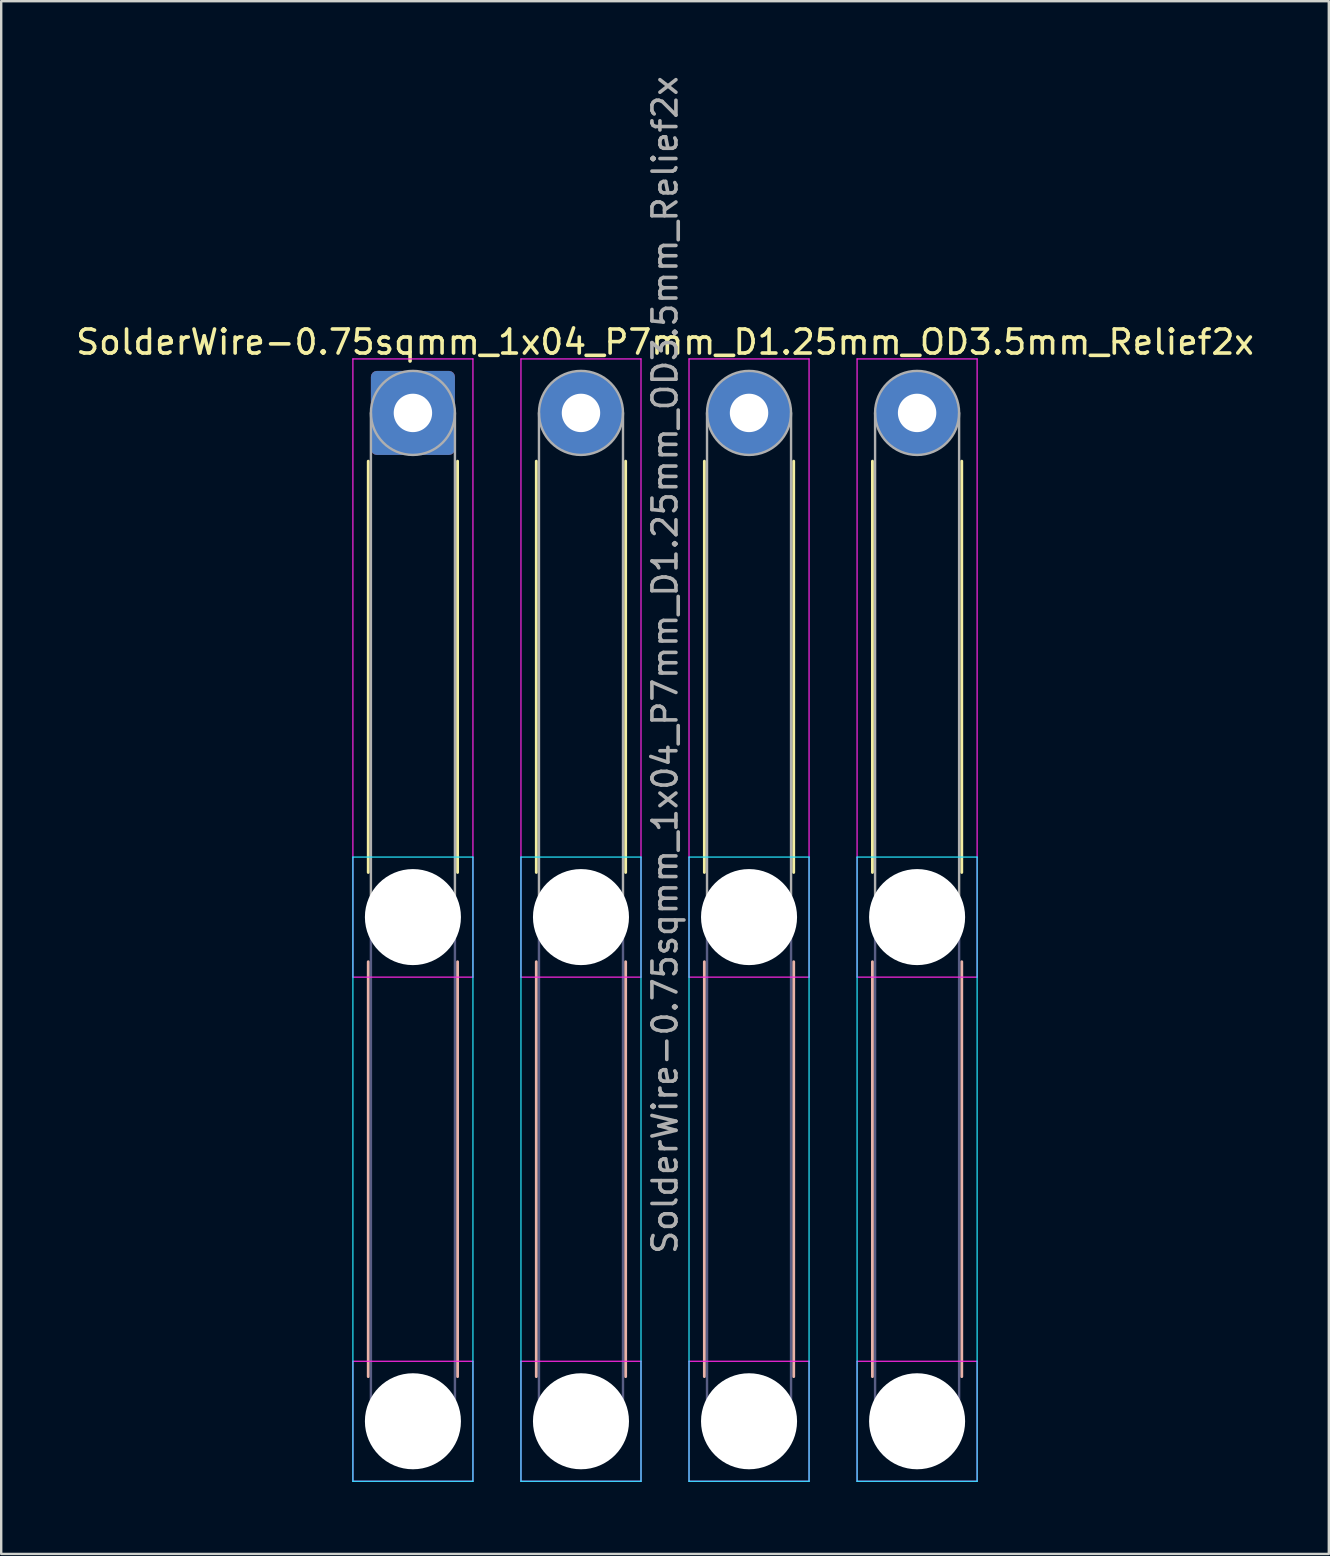
<source format=kicad_pcb>
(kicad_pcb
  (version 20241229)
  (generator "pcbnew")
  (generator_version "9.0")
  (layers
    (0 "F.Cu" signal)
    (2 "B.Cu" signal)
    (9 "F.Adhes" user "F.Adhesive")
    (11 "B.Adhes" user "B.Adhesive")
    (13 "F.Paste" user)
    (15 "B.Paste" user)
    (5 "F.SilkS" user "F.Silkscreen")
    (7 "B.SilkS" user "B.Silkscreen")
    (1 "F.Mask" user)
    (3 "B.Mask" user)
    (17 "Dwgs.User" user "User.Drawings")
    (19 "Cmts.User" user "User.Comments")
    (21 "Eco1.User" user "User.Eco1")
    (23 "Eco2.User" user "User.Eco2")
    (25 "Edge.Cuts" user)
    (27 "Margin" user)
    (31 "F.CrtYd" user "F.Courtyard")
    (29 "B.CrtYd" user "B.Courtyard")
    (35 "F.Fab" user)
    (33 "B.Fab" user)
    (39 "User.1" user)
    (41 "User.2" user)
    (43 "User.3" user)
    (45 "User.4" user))
  (footprint "SolderWire-0.75sqmm_1x04_P7mm_D1.25mm_OD3.5mm_Relief2x"
    (layer "F.Cu")
    (at 14.149 14.149)
    (property "Reference" "SolderWire-0.75sqmm_1x04_P7mm_D1.25mm_OD3.5mm_Relief2x" (at 10.5 -2.95 0) (layer "F.SilkS") (effects (font (size 1 1) (thickness 0.15))))
    (attr exclude_from_pos_files exclude_from_bom)
    (fp_line (start -1.86 2.01) (end -1.86 19.14) (stroke (width 0.12) (type solid)) (layer "F.SilkS"))
    (fp_line (start 1.86 2.01) (end 1.86 19.14) (stroke (width 0.12) (type solid)) (layer "F.SilkS"))
    (fp_line (start 5.14 2.01) (end 5.14 19.14) (stroke (width 0.12) (type solid)) (layer "F.SilkS"))
    (fp_line (start 8.86 2.01) (end 8.86 19.14) (stroke (width 0.12) (type solid)) (layer "F.SilkS"))
    (fp_line (start 12.14 2.01) (end 12.14 19.14) (stroke (width 0.12) (type solid)) (layer "F.SilkS"))
    (fp_line (start 15.86 2.01) (end 15.86 19.14) (stroke (width 0.12) (type solid)) (layer "F.SilkS"))
    (fp_line (start 19.14 2.01) (end 19.14 19.14) (stroke (width 0.12) (type solid)) (layer "F.SilkS"))
    (fp_line (start 22.86 2.01) (end 22.86 19.14) (stroke (width 0.12) (type solid)) (layer "F.SilkS"))
    (fp_line (start -1.86 22.86) (end -1.86 40.14) (stroke (width 0.12) (type solid)) (layer "B.SilkS"))
    (fp_line (start 1.86 22.86) (end 1.86 40.14) (stroke (width 0.12) (type solid)) (layer "B.SilkS"))
    (fp_line (start 5.14 22.86) (end 5.14 40.14) (stroke (width 0.12) (type solid)) (layer "B.SilkS"))
    (fp_line (start 8.86 22.86) (end 8.86 40.14) (stroke (width 0.12) (type solid)) (layer "B.SilkS"))
    (fp_line (start 12.14 22.86) (end 12.14 40.14) (stroke (width 0.12) (type solid)) (layer "B.SilkS"))
    (fp_line (start 15.86 22.86) (end 15.86 40.14) (stroke (width 0.12) (type solid)) (layer "B.SilkS"))
    (fp_line (start 19.14 22.86) (end 19.14 40.14) (stroke (width 0.12) (type solid)) (layer "B.SilkS"))
    (fp_line (start 22.86 22.86) (end 22.86 40.14) (stroke (width 0.12) (type solid)) (layer "B.SilkS"))
    (fp_line (start -2.5 18.5) (end -2.5 44.5) (stroke (width 0.05) (type solid)) (layer "B.CrtYd"))
    (fp_line (start -2.5 44.5) (end 2.5 44.5) (stroke (width 0.05) (type solid)) (layer "B.CrtYd"))
    (fp_line (start 2.5 18.5) (end -2.5 18.5) (stroke (width 0.05) (type solid)) (layer "B.CrtYd"))
    (fp_line (start 2.5 44.5) (end 2.5 18.5) (stroke (width 0.05) (type solid)) (layer "B.CrtYd"))
    (fp_line (start 4.5 18.5) (end 4.5 44.5) (stroke (width 0.05) (type solid)) (layer "B.CrtYd"))
    (fp_line (start 4.5 44.5) (end 9.5 44.5) (stroke (width 0.05) (type solid)) (layer "B.CrtYd"))
    (fp_line (start 9.5 18.5) (end 4.5 18.5) (stroke (width 0.05) (type solid)) (layer "B.CrtYd"))
    (fp_line (start 9.5 44.5) (end 9.5 18.5) (stroke (width 0.05) (type solid)) (layer "B.CrtYd"))
    (fp_line (start 11.5 18.5) (end 11.5 44.5) (stroke (width 0.05) (type solid)) (layer "B.CrtYd"))
    (fp_line (start 11.5 44.5) (end 16.5 44.5) (stroke (width 0.05) (type solid)) (layer "B.CrtYd"))
    (fp_line (start 16.5 18.5) (end 11.5 18.5) (stroke (width 0.05) (type solid)) (layer "B.CrtYd"))
    (fp_line (start 16.5 44.5) (end 16.5 18.5) (stroke (width 0.05) (type solid)) (layer "B.CrtYd"))
    (fp_line (start 18.5 18.5) (end 18.5 44.5) (stroke (width 0.05) (type solid)) (layer "B.CrtYd"))
    (fp_line (start 18.5 44.5) (end 23.5 44.5) (stroke (width 0.05) (type solid)) (layer "B.CrtYd"))
    (fp_line (start 23.5 18.5) (end 18.5 18.5) (stroke (width 0.05) (type solid)) (layer "B.CrtYd"))
    (fp_line (start 23.5 44.5) (end 23.5 18.5) (stroke (width 0.05) (type solid)) (layer "B.CrtYd"))
    (fp_line (start -2.5 -2.25) (end -2.5 23.5) (stroke (width 0.05) (type solid)) (layer "F.CrtYd"))
    (fp_line (start -2.5 23.5) (end 2.5 23.5) (stroke (width 0.05) (type solid)) (layer "F.CrtYd"))
    (fp_line (start -2.5 39.5) (end -2.5 44.5) (stroke (width 0.05) (type solid)) (layer "F.CrtYd"))
    (fp_line (start -2.5 44.5) (end 2.5 44.5) (stroke (width 0.05) (type solid)) (layer "F.CrtYd"))
    (fp_line (start 2.5 -2.25) (end -2.5 -2.25) (stroke (width 0.05) (type solid)) (layer "F.CrtYd"))
    (fp_line (start 2.5 23.5) (end 2.5 -2.25) (stroke (width 0.05) (type solid)) (layer "F.CrtYd"))
    (fp_line (start 2.5 39.5) (end -2.5 39.5) (stroke (width 0.05) (type solid)) (layer "F.CrtYd"))
    (fp_line (start 2.5 44.5) (end 2.5 39.5) (stroke (width 0.05) (type solid)) (layer "F.CrtYd"))
    (fp_line (start 4.5 -2.25) (end 4.5 23.5) (stroke (width 0.05) (type solid)) (layer "F.CrtYd"))
    (fp_line (start 4.5 23.5) (end 9.5 23.5) (stroke (width 0.05) (type solid)) (layer "F.CrtYd"))
    (fp_line (start 4.5 39.5) (end 4.5 44.5) (stroke (width 0.05) (type solid)) (layer "F.CrtYd"))
    (fp_line (start 4.5 44.5) (end 9.5 44.5) (stroke (width 0.05) (type solid)) (layer "F.CrtYd"))
    (fp_line (start 9.5 -2.25) (end 4.5 -2.25) (stroke (width 0.05) (type solid)) (layer "F.CrtYd"))
    (fp_line (start 9.5 23.5) (end 9.5 -2.25) (stroke (width 0.05) (type solid)) (layer "F.CrtYd"))
    (fp_line (start 9.5 39.5) (end 4.5 39.5) (stroke (width 0.05) (type solid)) (layer "F.CrtYd"))
    (fp_line (start 9.5 44.5) (end 9.5 39.5) (stroke (width 0.05) (type solid)) (layer "F.CrtYd"))
    (fp_line (start 11.5 -2.25) (end 11.5 23.5) (stroke (width 0.05) (type solid)) (layer "F.CrtYd"))
    (fp_line (start 11.5 23.5) (end 16.5 23.5) (stroke (width 0.05) (type solid)) (layer "F.CrtYd"))
    (fp_line (start 11.5 39.5) (end 11.5 44.5) (stroke (width 0.05) (type solid)) (layer "F.CrtYd"))
    (fp_line (start 11.5 44.5) (end 16.5 44.5) (stroke (width 0.05) (type solid)) (layer "F.CrtYd"))
    (fp_line (start 16.5 -2.25) (end 11.5 -2.25) (stroke (width 0.05) (type solid)) (layer "F.CrtYd"))
    (fp_line (start 16.5 23.5) (end 16.5 -2.25) (stroke (width 0.05) (type solid)) (layer "F.CrtYd"))
    (fp_line (start 16.5 39.5) (end 11.5 39.5) (stroke (width 0.05) (type solid)) (layer "F.CrtYd"))
    (fp_line (start 16.5 44.5) (end 16.5 39.5) (stroke (width 0.05) (type solid)) (layer "F.CrtYd"))
    (fp_line (start 18.5 -2.25) (end 18.5 23.5) (stroke (width 0.05) (type solid)) (layer "F.CrtYd"))
    (fp_line (start 18.5 23.5) (end 23.5 23.5) (stroke (width 0.05) (type solid)) (layer "F.CrtYd"))
    (fp_line (start 18.5 39.5) (end 18.5 44.5) (stroke (width 0.05) (type solid)) (layer "F.CrtYd"))
    (fp_line (start 18.5 44.5) (end 23.5 44.5) (stroke (width 0.05) (type solid)) (layer "F.CrtYd"))
    (fp_line (start 23.5 -2.25) (end 18.5 -2.25) (stroke (width 0.05) (type solid)) (layer "F.CrtYd"))
    (fp_line (start 23.5 23.5) (end 23.5 -2.25) (stroke (width 0.05) (type solid)) (layer "F.CrtYd"))
    (fp_line (start 23.5 39.5) (end 18.5 39.5) (stroke (width 0.05) (type solid)) (layer "F.CrtYd"))
    (fp_line (start 23.5 44.5) (end 23.5 39.5) (stroke (width 0.05) (type solid)) (layer "F.CrtYd"))
    (fp_line (start -1.75 21) (end -1.75 42) (stroke (width 0.1) (type solid)) (layer "B.Fab"))
    (fp_line (start 1.75 21) (end 1.75 42) (stroke (width 0.1) (type solid)) (layer "B.Fab"))
    (fp_line (start 5.25 21) (end 5.25 42) (stroke (width 0.1) (type solid)) (layer "B.Fab"))
    (fp_line (start 8.75 21) (end 8.75 42) (stroke (width 0.1) (type solid)) (layer "B.Fab"))
    (fp_line (start 12.25 21) (end 12.25 42) (stroke (width 0.1) (type solid)) (layer "B.Fab"))
    (fp_line (start 15.75 21) (end 15.75 42) (stroke (width 0.1) (type solid)) (layer "B.Fab"))
    (fp_line (start 19.25 21) (end 19.25 42) (stroke (width 0.1) (type solid)) (layer "B.Fab"))
    (fp_line (start 22.75 21) (end 22.75 42) (stroke (width 0.1) (type solid)) (layer "B.Fab"))
    (fp_circle (center 0 21) (end 1.75 21) (stroke (width 0.1) (type solid)) (fill no) (layer "B.Fab"))
    (fp_circle (center 0 42) (end 1.75 42) (stroke (width 0.1) (type solid)) (fill no) (layer "B.Fab"))
    (fp_circle (center 7 21) (end 8.75 21) (stroke (width 0.1) (type solid)) (fill no) (layer "B.Fab"))
    (fp_circle (center 7 42) (end 8.75 42) (stroke (width 0.1) (type solid)) (fill no) (layer "B.Fab"))
    (fp_circle (center 14 21) (end 15.75 21) (stroke (width 0.1) (type solid)) (fill no) (layer "B.Fab"))
    (fp_circle (center 14 42) (end 15.75 42) (stroke (width 0.1) (type solid)) (fill no) (layer "B.Fab"))
    (fp_circle (center 21 21) (end 22.75 21) (stroke (width 0.1) (type solid)) (fill no) (layer "B.Fab"))
    (fp_circle (center 21 42) (end 22.75 42) (stroke (width 0.1) (type solid)) (fill no) (layer "B.Fab"))
    (fp_line (start -1.75 0) (end -1.75 21) (stroke (width 0.1) (type solid)) (layer "F.Fab"))
    (fp_line (start 1.75 0) (end 1.75 21) (stroke (width 0.1) (type solid)) (layer "F.Fab"))
    (fp_line (start 5.25 0) (end 5.25 21) (stroke (width 0.1) (type solid)) (layer "F.Fab"))
    (fp_line (start 8.75 0) (end 8.75 21) (stroke (width 0.1) (type solid)) (layer "F.Fab"))
    (fp_line (start 12.25 0) (end 12.25 21) (stroke (width 0.1) (type solid)) (layer "F.Fab"))
    (fp_line (start 15.75 0) (end 15.75 21) (stroke (width 0.1) (type solid)) (layer "F.Fab"))
    (fp_line (start 19.25 0) (end 19.25 21) (stroke (width 0.1) (type solid)) (layer "F.Fab"))
    (fp_line (start 22.75 0) (end 22.75 21) (stroke (width 0.1) (type solid)) (layer "F.Fab"))
    (fp_circle (center 0 0) (end 1.75 0) (stroke (width 0.1) (type solid)) (fill no) (layer "F.Fab"))
    (fp_circle (center 0 21) (end 1.75 21) (stroke (width 0.1) (type solid)) (fill no) (layer "F.Fab"))
    (fp_circle (center 0 42) (end 1.75 42) (stroke (width 0.1) (type solid)) (fill no) (layer "F.Fab"))
    (fp_circle (center 7 0) (end 8.75 0) (stroke (width 0.1) (type solid)) (fill no) (layer "F.Fab"))
    (fp_circle (center 7 21) (end 8.75 21) (stroke (width 0.1) (type solid)) (fill no) (layer "F.Fab"))
    (fp_circle (center 7 42) (end 8.75 42) (stroke (width 0.1) (type solid)) (fill no) (layer "F.Fab"))
    (fp_circle (center 14 0) (end 15.75 0) (stroke (width 0.1) (type solid)) (fill no) (layer "F.Fab"))
    (fp_circle (center 14 21) (end 15.75 21) (stroke (width 0.1) (type solid)) (fill no) (layer "F.Fab"))
    (fp_circle (center 14 42) (end 15.75 42) (stroke (width 0.1) (type solid)) (fill no) (layer "F.Fab"))
    (fp_circle (center 21 0) (end 22.75 0) (stroke (width 0.1) (type solid)) (fill no) (layer "F.Fab"))
    (fp_circle (center 21 21) (end 22.75 21) (stroke (width 0.1) (type solid)) (fill no) (layer "F.Fab"))
    (fp_circle (center 21 42) (end 22.75 42) (stroke (width 0.1) (type solid)) (fill no) (layer "F.Fab"))
    (fp_text user "${REFERENCE}" (at 10.5 10.5 90) (layer "F.Fab") (effects (font (size 1 1) (thickness 0.15))))
    (pad "" np_thru_hole circle (at 0 21) (size 4 4) (drill 4) (layers "*.Cu" "*.Mask"))
    (pad "" np_thru_hole circle (at 0 42) (size 4 4) (drill 4) (layers "*.Cu" "*.Mask"))
    (pad "" np_thru_hole circle (at 7 21) (size 4 4) (drill 4) (layers "*.Cu" "*.Mask"))
    (pad "" np_thru_hole circle (at 7 42) (size 4 4) (drill 4) (layers "*.Cu" "*.Mask"))
    (pad "" np_thru_hole circle (at 14 21) (size 4 4) (drill 4) (layers "*.Cu" "*.Mask"))
    (pad "" np_thru_hole circle (at 14 42) (size 4 4) (drill 4) (layers "*.Cu" "*.Mask"))
    (pad "" np_thru_hole circle (at 21 21) (size 4 4) (drill 4) (layers "*.Cu" "*.Mask"))
    (pad "" np_thru_hole circle (at 21 42) (size 4 4) (drill 4) (layers "*.Cu" "*.Mask"))
    (pad "1" thru_hole roundrect (at 0 0) (size 3.5 3.5) (drill 1.6) (layers "*.Cu" "*.Mask") (roundrect_rratio 0.071))
    (pad "2" thru_hole circle (at 7 0) (size 3.5 3.5) (drill 1.6) (layers "*.Cu" "*.Mask"))
    (pad "3" thru_hole circle (at 14 0) (size 3.5 3.5) (drill 1.6) (layers "*.Cu" "*.Mask"))
    (pad "4" thru_hole circle (at 21 0) (size 3.5 3.5) (drill 1.6) (layers "*.Cu" "*.Mask")))
  (gr_rect
    (start -3 -3)
    (end 52.298 61.674)
    (stroke (width 0.1) (type default))
    (fill no)
    (layer "Edge.Cuts")))
</source>
